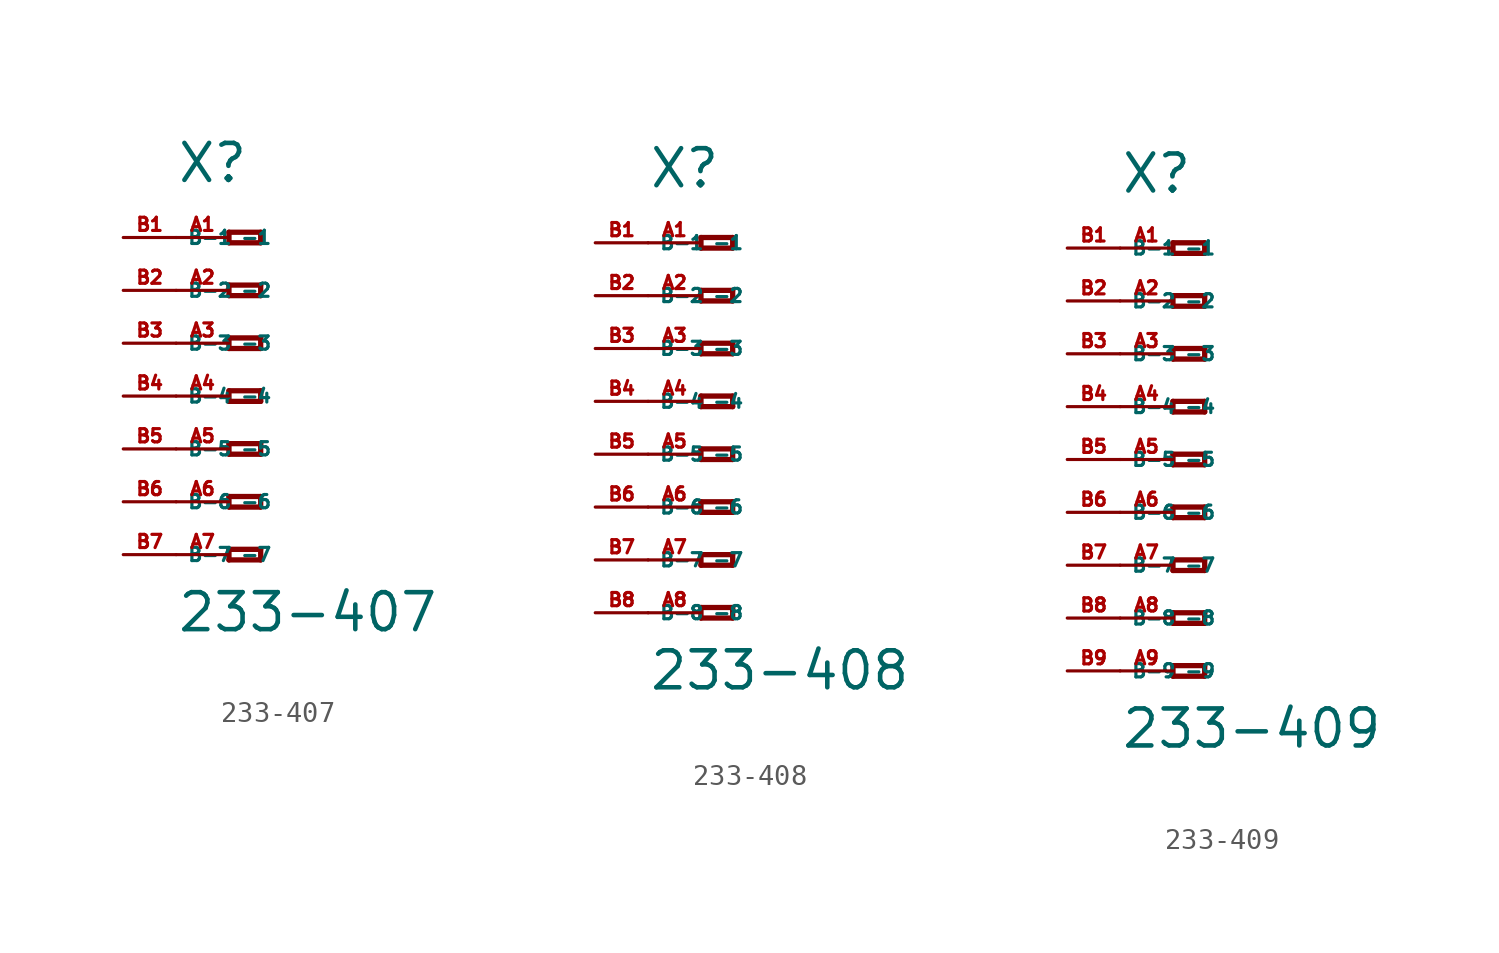
<source format=kicad_sym>
(kicad_symbol_lib
  (version 20220914)
  (generator Eagle2Kicad)
  (symbol "233-407"
    (property "Reference" "X"
      (at -5.08 10.16 0)
      (effects (font (size 1.778 1.778) (thickness 0.22)) (justify left bottom)))
    (property "Value" "233-407"
      (at -5.08 -11.43 0)
      (effects (font (size 1.778 1.778) (thickness 0.22)) (justify left bottom)))
    (polyline
      (pts (xy -2.54 7.874) (xy -2.54 7.366))
      (stroke (width 0.254) (type default))
      (fill (type none)))
    (polyline
      (pts (xy -2.54 7.366) (xy -1.016 7.366))
      (stroke (width 0.254) (type default))
      (fill (type none)))
    (polyline
      (pts (xy -1.016 7.366) (xy -1.016 7.874))
      (stroke (width 0.254) (type default))
      (fill (type none)))
    (polyline
      (pts (xy -1.016 7.874) (xy -2.54 7.874))
      (stroke (width 0.254) (type default))
      (fill (type none)))
    (polyline
      (pts (xy -2.54 5.334) (xy -2.54 4.826))
      (stroke (width 0.254) (type default))
      (fill (type none)))
    (polyline
      (pts (xy -2.54 4.826) (xy -1.016 4.826))
      (stroke (width 0.254) (type default))
      (fill (type none)))
    (polyline
      (pts (xy -1.016 4.826) (xy -1.016 5.334))
      (stroke (width 0.254) (type default))
      (fill (type none)))
    (polyline
      (pts (xy -1.016 5.334) (xy -2.54 5.334))
      (stroke (width 0.254) (type default))
      (fill (type none)))
    (polyline
      (pts (xy -2.54 2.794) (xy -2.54 2.286))
      (stroke (width 0.254) (type default))
      (fill (type none)))
    (polyline
      (pts (xy -2.54 2.286) (xy -1.016 2.286))
      (stroke (width 0.254) (type default))
      (fill (type none)))
    (polyline
      (pts (xy -1.016 2.286) (xy -1.016 2.794))
      (stroke (width 0.254) (type default))
      (fill (type none)))
    (polyline
      (pts (xy -1.016 2.794) (xy -2.54 2.794))
      (stroke (width 0.254) (type default))
      (fill (type none)))
    (polyline
      (pts (xy -2.54 0.254) (xy -2.54 -0.254))
      (stroke (width 0.254) (type default))
      (fill (type none)))
    (polyline
      (pts (xy -2.54 -0.254) (xy -1.016 -0.254))
      (stroke (width 0.254) (type default))
      (fill (type none)))
    (polyline
      (pts (xy -1.016 -0.254) (xy -1.016 0.254))
      (stroke (width 0.254) (type default))
      (fill (type none)))
    (polyline
      (pts (xy -1.016 0.254) (xy -2.54 0.254))
      (stroke (width 0.254) (type default))
      (fill (type none)))
    (polyline
      (pts (xy -2.54 -2.286) (xy -2.54 -2.794))
      (stroke (width 0.254) (type default))
      (fill (type none)))
    (polyline
      (pts (xy -2.54 -2.794) (xy -1.016 -2.794))
      (stroke (width 0.254) (type default))
      (fill (type none)))
    (polyline
      (pts (xy -1.016 -2.794) (xy -1.016 -2.286))
      (stroke (width 0.254) (type default))
      (fill (type none)))
    (polyline
      (pts (xy -1.016 -2.286) (xy -2.54 -2.286))
      (stroke (width 0.254) (type default))
      (fill (type none)))
    (polyline
      (pts (xy -2.54 -4.826) (xy -2.54 -5.334))
      (stroke (width 0.254) (type default))
      (fill (type none)))
    (polyline
      (pts (xy -2.54 -5.334) (xy -1.016 -5.334))
      (stroke (width 0.254) (type default))
      (fill (type none)))
    (polyline
      (pts (xy -1.016 -5.334) (xy -1.016 -4.826))
      (stroke (width 0.254) (type default))
      (fill (type none)))
    (polyline
      (pts (xy -1.016 -4.826) (xy -2.54 -4.826))
      (stroke (width 0.254) (type default))
      (fill (type none)))
    (polyline
      (pts (xy -2.54 -7.366) (xy -2.54 -7.874))
      (stroke (width 0.254) (type default))
      (fill (type none)))
    (polyline
      (pts (xy -2.54 -7.874) (xy -1.016 -7.874))
      (stroke (width 0.254) (type default))
      (fill (type none)))
    (polyline
      (pts (xy -1.016 -7.874) (xy -1.016 -7.366))
      (stroke (width 0.254) (type default))
      (fill (type none)))
    (polyline
      (pts (xy -1.016 -7.366) (xy -2.54 -7.366))
      (stroke (width 0.254) (type default))
      (fill (type none)))
    (pin passive line
      (at -5.08 7.62 0)
      (length 2.54)
      (name "-1" (effects (font (size 0.635 0.635) (thickness 0.08)) (justify left bottom)))
      (number "A1" (effects (font (size 0.635 0.635) (thickness 0.08)) (justify left bottom))))
    (pin passive line
      (at -5.08 5.08 0)
      (length 2.54)
      (name "-2" (effects (font (size 0.635 0.635) (thickness 0.08)) (justify left bottom)))
      (number "A2" (effects (font (size 0.635 0.635) (thickness 0.08)) (justify left bottom))))
    (pin passive line
      (at -5.08 2.54 0)
      (length 2.54)
      (name "-3" (effects (font (size 0.635 0.635) (thickness 0.08)) (justify left bottom)))
      (number "A3" (effects (font (size 0.635 0.635) (thickness 0.08)) (justify left bottom))))
    (pin passive line
      (at -5.08 0 0)
      (length 2.54)
      (name "-4" (effects (font (size 0.635 0.635) (thickness 0.08)) (justify left bottom)))
      (number "A4" (effects (font (size 0.635 0.635) (thickness 0.08)) (justify left bottom))))
    (pin passive line
      (at -5.08 -2.54 0)
      (length 2.54)
      (name "-5" (effects (font (size 0.635 0.635) (thickness 0.08)) (justify left bottom)))
      (number "A5" (effects (font (size 0.635 0.635) (thickness 0.08)) (justify left bottom))))
    (pin passive line
      (at -5.08 -5.08 0)
      (length 2.54)
      (name "-6" (effects (font (size 0.635 0.635) (thickness 0.08)) (justify left bottom)))
      (number "A6" (effects (font (size 0.635 0.635) (thickness 0.08)) (justify left bottom))))
    (pin passive line
      (at -5.08 -7.62 0)
      (length 2.54)
      (name "-7" (effects (font (size 0.635 0.635) (thickness 0.08)) (justify left bottom)))
      (number "A7" (effects (font (size 0.635 0.635) (thickness 0.08)) (justify left bottom))))
    (pin passive line
      (at -7.62 -7.62 0)
      (length 2.54)
      (name "B-7" (effects (font (size 0.635 0.635) (thickness 0.08)) (justify left bottom)))
      (number "B7" (effects (font (size 0.635 0.635) (thickness 0.08)) (justify left bottom))))
    (pin passive line
      (at -7.62 7.62 0)
      (length 2.54)
      (name "B-1" (effects (font (size 0.635 0.635) (thickness 0.08)) (justify left bottom)))
      (number "B1" (effects (font (size 0.635 0.635) (thickness 0.08)) (justify left bottom))))
    (pin passive line
      (at -7.62 5.08 0)
      (length 2.54)
      (name "B-2" (effects (font (size 0.635 0.635) (thickness 0.08)) (justify left bottom)))
      (number "B2" (effects (font (size 0.635 0.635) (thickness 0.08)) (justify left bottom))))
    (pin passive line
      (at -7.62 2.54 0)
      (length 2.54)
      (name "B-3" (effects (font (size 0.635 0.635) (thickness 0.08)) (justify left bottom)))
      (number "B3" (effects (font (size 0.635 0.635) (thickness 0.08)) (justify left bottom))))
    (pin passive line
      (at -7.62 0 0)
      (length 2.54)
      (name "B-4" (effects (font (size 0.635 0.635) (thickness 0.08)) (justify left bottom)))
      (number "B4" (effects (font (size 0.635 0.635) (thickness 0.08)) (justify left bottom))))
    (pin passive line
      (at -7.62 -2.54 0)
      (length 2.54)
      (name "B-5" (effects (font (size 0.635 0.635) (thickness 0.08)) (justify left bottom)))
      (number "B5" (effects (font (size 0.635 0.635) (thickness 0.08)) (justify left bottom))))
    (pin passive line
      (at -7.62 -5.08 0)
      (length 2.54)
      (name "B-6" (effects (font (size 0.635 0.635) (thickness 0.08)) (justify left bottom)))
      (number "B6" (effects (font (size 0.635 0.635) (thickness 0.08)) (justify left bottom)))))
  (symbol "233-408"
    (property "Reference" "X"
      (at -5.08 10.16 0)
      (effects (font (size 1.778 1.778) (thickness 0.22)) (justify left bottom)))
    (property "Value" "233-408"
      (at -5.08 -13.97 0)
      (effects (font (size 1.778 1.778) (thickness 0.22)) (justify left bottom)))
    (polyline
      (pts (xy -2.54 7.874) (xy -2.54 7.366))
      (stroke (width 0.254) (type default))
      (fill (type none)))
    (polyline
      (pts (xy -2.54 7.366) (xy -1.016 7.366))
      (stroke (width 0.254) (type default))
      (fill (type none)))
    (polyline
      (pts (xy -1.016 7.366) (xy -1.016 7.874))
      (stroke (width 0.254) (type default))
      (fill (type none)))
    (polyline
      (pts (xy -1.016 7.874) (xy -2.54 7.874))
      (stroke (width 0.254) (type default))
      (fill (type none)))
    (polyline
      (pts (xy -2.54 5.334) (xy -2.54 4.826))
      (stroke (width 0.254) (type default))
      (fill (type none)))
    (polyline
      (pts (xy -2.54 4.826) (xy -1.016 4.826))
      (stroke (width 0.254) (type default))
      (fill (type none)))
    (polyline
      (pts (xy -1.016 4.826) (xy -1.016 5.334))
      (stroke (width 0.254) (type default))
      (fill (type none)))
    (polyline
      (pts (xy -1.016 5.334) (xy -2.54 5.334))
      (stroke (width 0.254) (type default))
      (fill (type none)))
    (polyline
      (pts (xy -2.54 2.794) (xy -2.54 2.286))
      (stroke (width 0.254) (type default))
      (fill (type none)))
    (polyline
      (pts (xy -2.54 2.286) (xy -1.016 2.286))
      (stroke (width 0.254) (type default))
      (fill (type none)))
    (polyline
      (pts (xy -1.016 2.286) (xy -1.016 2.794))
      (stroke (width 0.254) (type default))
      (fill (type none)))
    (polyline
      (pts (xy -1.016 2.794) (xy -2.54 2.794))
      (stroke (width 0.254) (type default))
      (fill (type none)))
    (polyline
      (pts (xy -2.54 0.254) (xy -2.54 -0.254))
      (stroke (width 0.254) (type default))
      (fill (type none)))
    (polyline
      (pts (xy -2.54 -0.254) (xy -1.016 -0.254))
      (stroke (width 0.254) (type default))
      (fill (type none)))
    (polyline
      (pts (xy -1.016 -0.254) (xy -1.016 0.254))
      (stroke (width 0.254) (type default))
      (fill (type none)))
    (polyline
      (pts (xy -1.016 0.254) (xy -2.54 0.254))
      (stroke (width 0.254) (type default))
      (fill (type none)))
    (polyline
      (pts (xy -2.54 -2.286) (xy -2.54 -2.794))
      (stroke (width 0.254) (type default))
      (fill (type none)))
    (polyline
      (pts (xy -2.54 -2.794) (xy -1.016 -2.794))
      (stroke (width 0.254) (type default))
      (fill (type none)))
    (polyline
      (pts (xy -1.016 -2.794) (xy -1.016 -2.286))
      (stroke (width 0.254) (type default))
      (fill (type none)))
    (polyline
      (pts (xy -1.016 -2.286) (xy -2.54 -2.286))
      (stroke (width 0.254) (type default))
      (fill (type none)))
    (polyline
      (pts (xy -2.54 -4.826) (xy -2.54 -5.334))
      (stroke (width 0.254) (type default))
      (fill (type none)))
    (polyline
      (pts (xy -2.54 -5.334) (xy -1.016 -5.334))
      (stroke (width 0.254) (type default))
      (fill (type none)))
    (polyline
      (pts (xy -1.016 -5.334) (xy -1.016 -4.826))
      (stroke (width 0.254) (type default))
      (fill (type none)))
    (polyline
      (pts (xy -1.016 -4.826) (xy -2.54 -4.826))
      (stroke (width 0.254) (type default))
      (fill (type none)))
    (polyline
      (pts (xy -2.54 -7.366) (xy -2.54 -7.874))
      (stroke (width 0.254) (type default))
      (fill (type none)))
    (polyline
      (pts (xy -2.54 -7.874) (xy -1.016 -7.874))
      (stroke (width 0.254) (type default))
      (fill (type none)))
    (polyline
      (pts (xy -1.016 -7.874) (xy -1.016 -7.366))
      (stroke (width 0.254) (type default))
      (fill (type none)))
    (polyline
      (pts (xy -1.016 -7.366) (xy -2.54 -7.366))
      (stroke (width 0.254) (type default))
      (fill (type none)))
    (polyline
      (pts (xy -2.54 -9.906) (xy -2.54 -10.414))
      (stroke (width 0.254) (type default))
      (fill (type none)))
    (polyline
      (pts (xy -2.54 -10.414) (xy -1.016 -10.414))
      (stroke (width 0.254) (type default))
      (fill (type none)))
    (polyline
      (pts (xy -1.016 -10.414) (xy -1.016 -9.906))
      (stroke (width 0.254) (type default))
      (fill (type none)))
    (polyline
      (pts (xy -1.016 -9.906) (xy -2.54 -9.906))
      (stroke (width 0.254) (type default))
      (fill (type none)))
    (pin passive line
      (at -5.08 7.62 0)
      (length 2.54)
      (name "-1" (effects (font (size 0.635 0.635) (thickness 0.08)) (justify left bottom)))
      (number "A1" (effects (font (size 0.635 0.635) (thickness 0.08)) (justify left bottom))))
    (pin passive line
      (at -5.08 5.08 0)
      (length 2.54)
      (name "-2" (effects (font (size 0.635 0.635) (thickness 0.08)) (justify left bottom)))
      (number "A2" (effects (font (size 0.635 0.635) (thickness 0.08)) (justify left bottom))))
    (pin passive line
      (at -5.08 2.54 0)
      (length 2.54)
      (name "-3" (effects (font (size 0.635 0.635) (thickness 0.08)) (justify left bottom)))
      (number "A3" (effects (font (size 0.635 0.635) (thickness 0.08)) (justify left bottom))))
    (pin passive line
      (at -5.08 0 0)
      (length 2.54)
      (name "-4" (effects (font (size 0.635 0.635) (thickness 0.08)) (justify left bottom)))
      (number "A4" (effects (font (size 0.635 0.635) (thickness 0.08)) (justify left bottom))))
    (pin passive line
      (at -5.08 -2.54 0)
      (length 2.54)
      (name "-5" (effects (font (size 0.635 0.635) (thickness 0.08)) (justify left bottom)))
      (number "A5" (effects (font (size 0.635 0.635) (thickness 0.08)) (justify left bottom))))
    (pin passive line
      (at -5.08 -5.08 0)
      (length 2.54)
      (name "-6" (effects (font (size 0.635 0.635) (thickness 0.08)) (justify left bottom)))
      (number "A6" (effects (font (size 0.635 0.635) (thickness 0.08)) (justify left bottom))))
    (pin passive line
      (at -5.08 -7.62 0)
      (length 2.54)
      (name "-7" (effects (font (size 0.635 0.635) (thickness 0.08)) (justify left bottom)))
      (number "A7" (effects (font (size 0.635 0.635) (thickness 0.08)) (justify left bottom))))
    (pin passive line
      (at -5.08 -10.16 0)
      (length 2.54)
      (name "-8" (effects (font (size 0.635 0.635) (thickness 0.08)) (justify left bottom)))
      (number "A8" (effects (font (size 0.635 0.635) (thickness 0.08)) (justify left bottom))))
    (pin passive line
      (at -7.62 -10.16 0)
      (length 2.54)
      (name "B-8" (effects (font (size 0.635 0.635) (thickness 0.08)) (justify left bottom)))
      (number "B8" (effects (font (size 0.635 0.635) (thickness 0.08)) (justify left bottom))))
    (pin passive line
      (at -7.62 7.62 0)
      (length 2.54)
      (name "B-1" (effects (font (size 0.635 0.635) (thickness 0.08)) (justify left bottom)))
      (number "B1" (effects (font (size 0.635 0.635) (thickness 0.08)) (justify left bottom))))
    (pin passive line
      (at -7.62 5.08 0)
      (length 2.54)
      (name "B-2" (effects (font (size 0.635 0.635) (thickness 0.08)) (justify left bottom)))
      (number "B2" (effects (font (size 0.635 0.635) (thickness 0.08)) (justify left bottom))))
    (pin passive line
      (at -7.62 2.54 0)
      (length 2.54)
      (name "B-3" (effects (font (size 0.635 0.635) (thickness 0.08)) (justify left bottom)))
      (number "B3" (effects (font (size 0.635 0.635) (thickness 0.08)) (justify left bottom))))
    (pin passive line
      (at -7.62 0 0)
      (length 2.54)
      (name "B-4" (effects (font (size 0.635 0.635) (thickness 0.08)) (justify left bottom)))
      (number "B4" (effects (font (size 0.635 0.635) (thickness 0.08)) (justify left bottom))))
    (pin passive line
      (at -7.62 -2.54 0)
      (length 2.54)
      (name "B-5" (effects (font (size 0.635 0.635) (thickness 0.08)) (justify left bottom)))
      (number "B5" (effects (font (size 0.635 0.635) (thickness 0.08)) (justify left bottom))))
    (pin passive line
      (at -7.62 -5.08 0)
      (length 2.54)
      (name "B-6" (effects (font (size 0.635 0.635) (thickness 0.08)) (justify left bottom)))
      (number "B6" (effects (font (size 0.635 0.635) (thickness 0.08)) (justify left bottom))))
    (pin passive line
      (at -7.62 -7.62 0)
      (length 2.54)
      (name "B-7" (effects (font (size 0.635 0.635) (thickness 0.08)) (justify left bottom)))
      (number "B7" (effects (font (size 0.635 0.635) (thickness 0.08)) (justify left bottom)))))
  (symbol "233-409"
    (property "Reference" "X"
      (at -5.08 12.7 0)
      (effects (font (size 1.778 1.778) (thickness 0.22)) (justify left bottom)))
    (property "Value" "233-409"
      (at -5.08 -13.97 0)
      (effects (font (size 1.778 1.778) (thickness 0.22)) (justify left bottom)))
    (polyline
      (pts (xy -2.54 10.414) (xy -2.54 9.906))
      (stroke (width 0.254) (type default))
      (fill (type none)))
    (polyline
      (pts (xy -2.54 9.906) (xy -1.016 9.906))
      (stroke (width 0.254) (type default))
      (fill (type none)))
    (polyline
      (pts (xy -1.016 9.906) (xy -1.016 10.414))
      (stroke (width 0.254) (type default))
      (fill (type none)))
    (polyline
      (pts (xy -1.016 10.414) (xy -2.54 10.414))
      (stroke (width 0.254) (type default))
      (fill (type none)))
    (polyline
      (pts (xy -2.54 7.874) (xy -2.54 7.366))
      (stroke (width 0.254) (type default))
      (fill (type none)))
    (polyline
      (pts (xy -2.54 7.366) (xy -1.016 7.366))
      (stroke (width 0.254) (type default))
      (fill (type none)))
    (polyline
      (pts (xy -1.016 7.366) (xy -1.016 7.874))
      (stroke (width 0.254) (type default))
      (fill (type none)))
    (polyline
      (pts (xy -1.016 7.874) (xy -2.54 7.874))
      (stroke (width 0.254) (type default))
      (fill (type none)))
    (polyline
      (pts (xy -2.54 5.334) (xy -2.54 4.826))
      (stroke (width 0.254) (type default))
      (fill (type none)))
    (polyline
      (pts (xy -2.54 4.826) (xy -1.016 4.826))
      (stroke (width 0.254) (type default))
      (fill (type none)))
    (polyline
      (pts (xy -1.016 4.826) (xy -1.016 5.334))
      (stroke (width 0.254) (type default))
      (fill (type none)))
    (polyline
      (pts (xy -1.016 5.334) (xy -2.54 5.334))
      (stroke (width 0.254) (type default))
      (fill (type none)))
    (polyline
      (pts (xy -2.54 2.794) (xy -2.54 2.286))
      (stroke (width 0.254) (type default))
      (fill (type none)))
    (polyline
      (pts (xy -2.54 2.286) (xy -1.016 2.286))
      (stroke (width 0.254) (type default))
      (fill (type none)))
    (polyline
      (pts (xy -1.016 2.286) (xy -1.016 2.794))
      (stroke (width 0.254) (type default))
      (fill (type none)))
    (polyline
      (pts (xy -1.016 2.794) (xy -2.54 2.794))
      (stroke (width 0.254) (type default))
      (fill (type none)))
    (polyline
      (pts (xy -2.54 0.254) (xy -2.54 -0.254))
      (stroke (width 0.254) (type default))
      (fill (type none)))
    (polyline
      (pts (xy -2.54 -0.254) (xy -1.016 -0.254))
      (stroke (width 0.254) (type default))
      (fill (type none)))
    (polyline
      (pts (xy -1.016 -0.254) (xy -1.016 0.254))
      (stroke (width 0.254) (type default))
      (fill (type none)))
    (polyline
      (pts (xy -1.016 0.254) (xy -2.54 0.254))
      (stroke (width 0.254) (type default))
      (fill (type none)))
    (polyline
      (pts (xy -2.54 -2.286) (xy -2.54 -2.794))
      (stroke (width 0.254) (type default))
      (fill (type none)))
    (polyline
      (pts (xy -2.54 -2.794) (xy -1.016 -2.794))
      (stroke (width 0.254) (type default))
      (fill (type none)))
    (polyline
      (pts (xy -1.016 -2.794) (xy -1.016 -2.286))
      (stroke (width 0.254) (type default))
      (fill (type none)))
    (polyline
      (pts (xy -1.016 -2.286) (xy -2.54 -2.286))
      (stroke (width 0.254) (type default))
      (fill (type none)))
    (polyline
      (pts (xy -2.54 -4.826) (xy -2.54 -5.334))
      (stroke (width 0.254) (type default))
      (fill (type none)))
    (polyline
      (pts (xy -2.54 -5.334) (xy -1.016 -5.334))
      (stroke (width 0.254) (type default))
      (fill (type none)))
    (polyline
      (pts (xy -1.016 -5.334) (xy -1.016 -4.826))
      (stroke (width 0.254) (type default))
      (fill (type none)))
    (polyline
      (pts (xy -1.016 -4.826) (xy -2.54 -4.826))
      (stroke (width 0.254) (type default))
      (fill (type none)))
    (polyline
      (pts (xy -2.54 -7.366) (xy -2.54 -7.874))
      (stroke (width 0.254) (type default))
      (fill (type none)))
    (polyline
      (pts (xy -2.54 -7.874) (xy -1.016 -7.874))
      (stroke (width 0.254) (type default))
      (fill (type none)))
    (polyline
      (pts (xy -1.016 -7.874) (xy -1.016 -7.366))
      (stroke (width 0.254) (type default))
      (fill (type none)))
    (polyline
      (pts (xy -1.016 -7.366) (xy -2.54 -7.366))
      (stroke (width 0.254) (type default))
      (fill (type none)))
    (polyline
      (pts (xy -2.54 -9.906) (xy -2.54 -10.414))
      (stroke (width 0.254) (type default))
      (fill (type none)))
    (polyline
      (pts (xy -2.54 -10.414) (xy -1.016 -10.414))
      (stroke (width 0.254) (type default))
      (fill (type none)))
    (polyline
      (pts (xy -1.016 -10.414) (xy -1.016 -9.906))
      (stroke (width 0.254) (type default))
      (fill (type none)))
    (polyline
      (pts (xy -1.016 -9.906) (xy -2.54 -9.906))
      (stroke (width 0.254) (type default))
      (fill (type none)))
    (pin passive line
      (at -5.08 10.16 0)
      (length 2.54)
      (name "-1" (effects (font (size 0.635 0.635) (thickness 0.08)) (justify left bottom)))
      (number "A1" (effects (font (size 0.635 0.635) (thickness 0.08)) (justify left bottom))))
    (pin passive line
      (at -5.08 7.62 0)
      (length 2.54)
      (name "-2" (effects (font (size 0.635 0.635) (thickness 0.08)) (justify left bottom)))
      (number "A2" (effects (font (size 0.635 0.635) (thickness 0.08)) (justify left bottom))))
    (pin passive line
      (at -5.08 5.08 0)
      (length 2.54)
      (name "-3" (effects (font (size 0.635 0.635) (thickness 0.08)) (justify left bottom)))
      (number "A3" (effects (font (size 0.635 0.635) (thickness 0.08)) (justify left bottom))))
    (pin passive line
      (at -5.08 2.54 0)
      (length 2.54)
      (name "-4" (effects (font (size 0.635 0.635) (thickness 0.08)) (justify left bottom)))
      (number "A4" (effects (font (size 0.635 0.635) (thickness 0.08)) (justify left bottom))))
    (pin passive line
      (at -5.08 0 0)
      (length 2.54)
      (name "-5" (effects (font (size 0.635 0.635) (thickness 0.08)) (justify left bottom)))
      (number "A5" (effects (font (size 0.635 0.635) (thickness 0.08)) (justify left bottom))))
    (pin passive line
      (at -5.08 -2.54 0)
      (length 2.54)
      (name "-6" (effects (font (size 0.635 0.635) (thickness 0.08)) (justify left bottom)))
      (number "A6" (effects (font (size 0.635 0.635) (thickness 0.08)) (justify left bottom))))
    (pin passive line
      (at -5.08 -5.08 0)
      (length 2.54)
      (name "-7" (effects (font (size 0.635 0.635) (thickness 0.08)) (justify left bottom)))
      (number "A7" (effects (font (size 0.635 0.635) (thickness 0.08)) (justify left bottom))))
    (pin passive line
      (at -5.08 -7.62 0)
      (length 2.54)
      (name "-8" (effects (font (size 0.635 0.635) (thickness 0.08)) (justify left bottom)))
      (number "A8" (effects (font (size 0.635 0.635) (thickness 0.08)) (justify left bottom))))
    (pin passive line
      (at -5.08 -10.16 0)
      (length 2.54)
      (name "-9" (effects (font (size 0.635 0.635) (thickness 0.08)) (justify left bottom)))
      (number "A9" (effects (font (size 0.635 0.635) (thickness 0.08)) (justify left bottom))))
    (pin passive line
      (at -7.62 -10.16 0)
      (length 2.54)
      (name "B-9" (effects (font (size 0.635 0.635) (thickness 0.08)) (justify left bottom)))
      (number "B9" (effects (font (size 0.635 0.635) (thickness 0.08)) (justify left bottom))))
    (pin passive line
      (at -7.62 10.16 0)
      (length 2.54)
      (name "B-1" (effects (font (size 0.635 0.635) (thickness 0.08)) (justify left bottom)))
      (number "B1" (effects (font (size 0.635 0.635) (thickness 0.08)) (justify left bottom))))
    (pin passive line
      (at -7.62 7.62 0)
      (length 2.54)
      (name "B-2" (effects (font (size 0.635 0.635) (thickness 0.08)) (justify left bottom)))
      (number "B2" (effects (font (size 0.635 0.635) (thickness 0.08)) (justify left bottom))))
    (pin passive line
      (at -7.62 5.08 0)
      (length 2.54)
      (name "B-3" (effects (font (size 0.635 0.635) (thickness 0.08)) (justify left bottom)))
      (number "B3" (effects (font (size 0.635 0.635) (thickness 0.08)) (justify left bottom))))
    (pin passive line
      (at -7.62 2.54 0)
      (length 2.54)
      (name "B-4" (effects (font (size 0.635 0.635) (thickness 0.08)) (justify left bottom)))
      (number "B4" (effects (font (size 0.635 0.635) (thickness 0.08)) (justify left bottom))))
    (pin passive line
      (at -7.62 0 0)
      (length 2.54)
      (name "B-5" (effects (font (size 0.635 0.635) (thickness 0.08)) (justify left bottom)))
      (number "B5" (effects (font (size 0.635 0.635) (thickness 0.08)) (justify left bottom))))
    (pin passive line
      (at -7.62 -2.54 0)
      (length 2.54)
      (name "B-6" (effects (font (size 0.635 0.635) (thickness 0.08)) (justify left bottom)))
      (number "B6" (effects (font (size 0.635 0.635) (thickness 0.08)) (justify left bottom))))
    (pin passive line
      (at -7.62 -5.08 0)
      (length 2.54)
      (name "B-7" (effects (font (size 0.635 0.635) (thickness 0.08)) (justify left bottom)))
      (number "B7" (effects (font (size 0.635 0.635) (thickness 0.08)) (justify left bottom))))
    (pin passive line
      (at -7.62 -7.62 0)
      (length 2.54)
      (name "B-8" (effects (font (size 0.635 0.635) (thickness 0.08)) (justify left bottom)))
      (number "B8" (effects (font (size 0.635 0.635) (thickness 0.08)) (justify left bottom))))))
</source>
